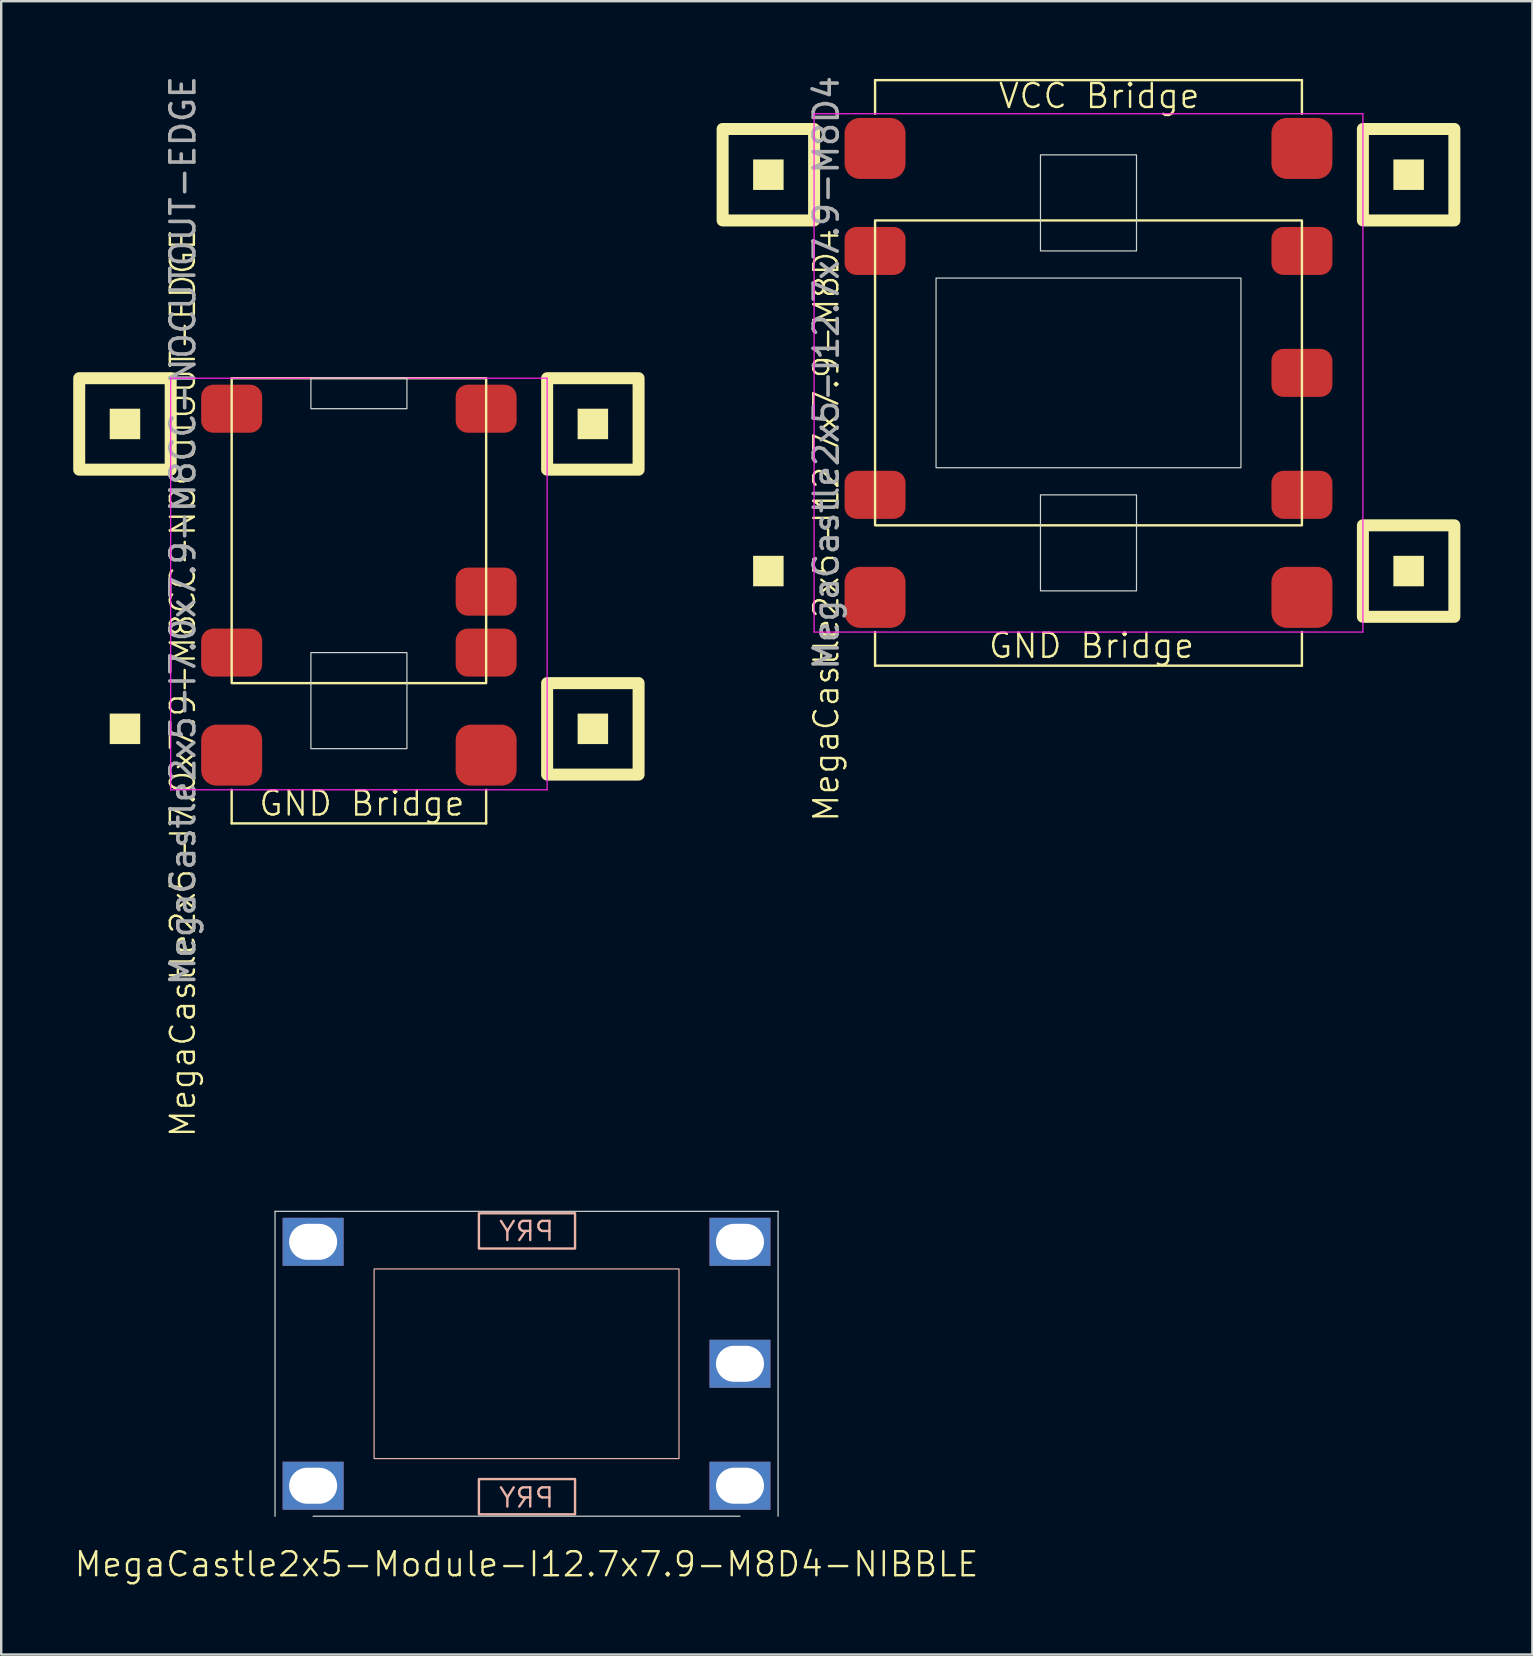
<source format=kicad_pcb>
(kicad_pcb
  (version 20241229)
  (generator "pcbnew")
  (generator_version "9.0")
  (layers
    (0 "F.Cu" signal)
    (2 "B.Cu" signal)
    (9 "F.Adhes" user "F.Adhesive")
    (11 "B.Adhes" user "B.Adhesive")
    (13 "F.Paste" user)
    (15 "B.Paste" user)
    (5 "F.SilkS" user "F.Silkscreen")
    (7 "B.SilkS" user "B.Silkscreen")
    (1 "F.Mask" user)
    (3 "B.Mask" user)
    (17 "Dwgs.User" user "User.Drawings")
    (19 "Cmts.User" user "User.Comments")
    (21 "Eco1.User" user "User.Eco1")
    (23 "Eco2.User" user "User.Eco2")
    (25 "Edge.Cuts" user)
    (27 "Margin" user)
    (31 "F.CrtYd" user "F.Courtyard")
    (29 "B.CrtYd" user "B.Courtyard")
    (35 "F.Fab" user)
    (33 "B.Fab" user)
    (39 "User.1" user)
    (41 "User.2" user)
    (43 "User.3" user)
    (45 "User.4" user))
  (footprint "MegaCastle2x5-Module-I12.7x7.9-M8D4-NIBBLE"
    (layer "F.Cu")
    (at 18.883 53.757)
    (property "Reference" "MegaCastle2x5-Module-I12.7x7.9-M8D4-NIBBLE" (at 0 8.35 0) (unlocked yes) (layer "F.SilkS") (effects (font (size 1 1) (thickness 0.1))))
    (attr smd)
    (fp_rect (start -6.35 3.95) (end 6.35 -3.95) (stroke (width 0.05) (type default)) (fill no) (layer "B.SilkS"))
    (fp_rect (start -1.984 -4.801) (end 2.02 -6.27) (stroke (width 0.1) (type default)) (fill no) (layer "B.SilkS"))
    (fp_rect (start -1.984 4.801) (end 2.02 6.27) (stroke (width 0.1) (type default)) (fill no) (layer "B.SilkS"))
    (fp_line (start -10.477 -6.35) (end -10.477 6.35) (stroke (width 0.05) (type default)) (layer "Edge.Cuts"))
    (fp_line (start -10.477 -6.35) (end 10.477 -6.35) (stroke (width 0.05) (type default)) (layer "Edge.Cuts"))
    (fp_line (start -8.89 6.35) (end 8.89 6.35) (stroke (width 0.05) (type default)) (layer "Edge.Cuts"))
    (fp_line (start 10.477 -6.35) (end 10.477 6.35) (stroke (width 0.05) (type default)) (layer "Edge.Cuts"))
    (fp_text user "PRY" (at 0 -5.05 0) (unlocked yes) (layer "B.SilkS") (effects (font (size 0.8 0.8) (thickness 0.1)) (justify bottom mirror)))
    (fp_text user "PRY" (at 0 6.05 0) (unlocked yes) (layer "B.SilkS") (effects (font (size 0.8 0.8) (thickness 0.1)) (justify bottom mirror)))
    (pad "1" thru_hole rect (at -8.89 -5.08) (size 2.54 2) (drill oval 2 1.5) (property pad_prop_castellated) (layers "*.Cu" "*.Mask"))
    (pad "5" thru_hole rect (at -8.89 5.08) (size 2.54 2) (drill oval 2 1.5) (property pad_prop_castellated) (layers "*.Cu" "*.Mask"))
    (pad "6" thru_hole rect (at 8.89 -5.08) (size 2.54 2) (drill oval 2 1.5) (property pad_prop_castellated) (layers "*.Cu" "*.Mask"))
    (pad "8" thru_hole rect (at 8.89 0) (size 2.54 2) (drill oval 2 1.5) (property pad_prop_castellated) (layers "*.Cu" "*.Mask"))
    (pad "10" thru_hole rect (at 8.89 5.08) (size 2.54 2) (drill oval 2 1.5) (property pad_prop_castellated) (layers "*.Cu" "*.Mask"))
    (zone (net_name "") (layer "B.Cu") (hatch edge 0.5) (connect_pads) (min_thickness 0.25) (filled_areas_thickness no) (keepout (tracks allowed) (vias allowed) (pads allowed) (copperpour allowed) (footprints not_allowed)) (placement (enabled no)) (fill) (polygon (pts (xy 9.993 60.107) (xy 9.993 47.407) (xy 12.533 47.407) (xy 12.533 60.107))))
    (zone (net_name "") (layer "B.Cu") (hatch edge 0.5) (connect_pads) (min_thickness 0.25) (filled_areas_thickness no) (keepout (tracks allowed) (vias allowed) (pads allowed) (copperpour allowed) (footprints not_allowed)) (placement (enabled no)) (fill) (polygon (pts (xy 12.533 47.407) (xy 12.533 49.807) (xy 25.233 49.807) (xy 25.233 47.407))))
    (zone (net_name "") (layer "B.Cu") (hatch edge 0.5) (connect_pads) (min_thickness 0.25) (filled_areas_thickness no) (keepout (tracks allowed) (vias allowed) (pads allowed) (copperpour allowed) (footprints not_allowed)) (placement (enabled no)) (fill) (polygon (pts (xy 12.533 60.107) (xy 12.533 57.707) (xy 25.233 57.707) (xy 25.233 60.107))))
    (zone (net_name "") (layer "B.Cu") (name "Upper Pry Zone") (hatch edge 0.5) (connect_pads) (min_thickness 0.25) (filled_areas_thickness no) (keepout (tracks not_allowed) (vias not_allowed) (pads not_allowed) (copperpour allowed) (footprints not_allowed)) (placement (enabled no)) (fill) (polygon (pts (xy 16.899 48.956) (xy 16.899 47.487) (xy 20.903 47.487) (xy 20.903 48.956))))
    (zone (net_name "") (layer "B.Cu") (name "Upper Pry Zone") (hatch edge 0.5) (connect_pads) (min_thickness 0.25) (filled_areas_thickness no) (keepout (tracks not_allowed) (vias not_allowed) (pads not_allowed) (copperpour allowed) (footprints not_allowed)) (placement (enabled no)) (fill) (polygon (pts (xy 16.899 58.559) (xy 16.899 60.027) (xy 20.903 60.027) (xy 20.903 58.559))))
    (zone (net_name "") (layer "B.Cu") (hatch edge 0.5) (connect_pads) (min_thickness 0.25) (filled_areas_thickness no) (keepout (tracks allowed) (vias allowed) (pads allowed) (copperpour allowed) (footprints not_allowed)) (placement (enabled no)) (fill) (polygon (pts (xy 27.773 60.107) (xy 27.773 47.407) (xy 25.233 47.407) (xy 25.233 60.107)))))
  (footprint "MegaCastle2x5-I12.7x7.9-M8D4"
    (layer "F.Cu")
    (at 42.29 12.482)
    (property "Reference" "MegaCastle2x5-I12.7x7.9-M8D4" (at -10.922 6.35 90) (unlocked yes) (layer "F.SilkS") (effects (font (size 1 1) (thickness 0.1))))
    (attr smd)
    (fp_line (start -8.89 -12.195) (end 8.89 -12.195) (stroke (width 0.1) (type default)) (layer "F.SilkS"))
    (fp_line (start -8.89 -10.795) (end -8.89 -12.195) (stroke (width 0.1) (type default)) (layer "F.SilkS"))
    (fp_line (start -8.89 10.795) (end -8.89 12.195) (stroke (width 0.1) (type default)) (layer "F.SilkS"))
    (fp_line (start -8.89 12.195) (end 8.89 12.195) (stroke (width 0.1) (type default)) (layer "F.SilkS"))
    (fp_line (start 8.89 -10.795) (end 8.89 -12.195) (stroke (width 0.1) (type default)) (layer "F.SilkS"))
    (fp_line (start 8.89 10.795) (end 8.89 12.195) (stroke (width 0.1) (type default)) (layer "F.SilkS"))
    (fp_rect (start -12.7 -7.62) (end -13.97 -8.89) (stroke (width 0) (type solid)) (fill yes) (layer "F.SilkS"))
    (fp_rect (start -12.7 8.89) (end -13.97 7.62) (stroke (width 0) (type solid)) (fill yes) (layer "F.SilkS"))
    (fp_rect (start -11.43 -6.35) (end -15.24 -10.16) (stroke (width 0.5) (type default)) (fill no) (layer "F.SilkS"))
    (fp_rect (start -8.89 -6.35) (end 8.89 6.35) (stroke (width 0.1) (type default)) (fill no) (layer "F.SilkS"))
    (fp_rect (start 13.97 -7.62) (end 12.7 -8.89) (stroke (width 0) (type solid)) (fill yes) (layer "F.SilkS"))
    (fp_rect (start 13.97 8.89) (end 12.7 7.62) (stroke (width 0) (type solid)) (fill yes) (layer "F.SilkS"))
    (fp_rect (start 15.24 -6.35) (end 11.43 -10.16) (stroke (width 0.5) (type default)) (fill no) (layer "F.SilkS"))
    (fp_rect (start 15.24 10.16) (end 11.43 6.35) (stroke (width 0.5) (type default)) (fill no) (layer "F.SilkS"))
    (fp_rect (start -6.35 -3.95) (end 6.35 3.95) (stroke (width 0.05) (type default)) (fill no) (layer "Edge.Cuts"))
    (fp_rect (start -2 -5.08) (end 2 -9.08) (stroke (width 0.05) (type default)) (fill no) (layer "Edge.Cuts"))
    (fp_rect (start -2 5.08) (end 2 9.08) (stroke (width 0.05) (type default)) (fill no) (layer "Edge.Cuts"))
    (fp_line (start -11.43 -10.795) (end -11.43 10.795) (stroke (width 0.05) (type default)) (layer "F.CrtYd"))
    (fp_line (start -11.43 10.795) (end 11.43 10.795) (stroke (width 0.05) (type default)) (layer "F.CrtYd"))
    (fp_line (start 11.43 -10.795) (end -11.43 -10.795) (stroke (width 0.05) (type default)) (layer "F.CrtYd"))
    (fp_line (start 11.43 -10.795) (end 11.43 10.795) (stroke (width 0.05) (type default)) (layer "F.CrtYd"))
    (fp_text user "VCC Bridge" (at -3.81 -10.95 0) (unlocked yes) (layer "F.SilkS") (effects (font (size 1 1) (thickness 0.1)) (justify left bottom)))
    (fp_text user "GND Bridge" (at -4.226 11.95 0) (unlocked yes) (layer "F.SilkS") (effects (font (size 1 1) (thickness 0.1)) (justify left bottom)))
    (fp_text user "${REFERENCE}" (at -10.922 0 90) (unlocked yes) (layer "F.Fab") (effects (font (size 1 1) (thickness 0.15))))
    (pad "1" smd roundrect (at -8.89 -5.08) (size 2.54 2) (layers "F.Cu" "F.Mask" "F.Paste") (roundrect_rratio 0.25))
    (pad "5" smd roundrect (at -8.89 5.08) (size 2.54 2) (layers "F.Cu" "F.Mask" "F.Paste") (roundrect_rratio 0.25))
    (pad "6" smd roundrect (at 8.89 -5.08) (size 2.54 2) (layers "F.Cu" "F.Mask" "F.Paste") (roundrect_rratio 0.25))
    (pad "8" smd roundrect (at 8.89 0) (size 2.54 2) (layers "F.Cu" "F.Mask" "F.Paste") (roundrect_rratio 0.25))
    (pad "10" smd roundrect (at 8.89 5.08) (size 2.54 2) (layers "F.Cu" "F.Mask" "F.Paste") (roundrect_rratio 0.25))
    (pad "A1" smd roundrect (at -8.89 -9.35) (size 2.54 2.54) (layers "F.Cu" "F.Mask" "F.Paste") (roundrect_rratio 0.25))
    (pad "A2" smd roundrect (at 8.89 -9.35) (size 2.54 2.54) (layers "F.Cu" "F.Mask" "F.Paste") (roundrect_rratio 0.25))
    (pad "B1" smd roundrect (at -8.89 9.35) (size 2.54 2.54) (layers "F.Cu" "F.Mask" "F.Paste") (roundrect_rratio 0.25))
    (pad "B2" smd roundrect (at 8.89 9.35) (size 2.54 2.54) (layers "F.Cu" "F.Mask" "F.Paste") (roundrect_rratio 0.25)))
  (footprint "MegaCastle2x5-I7.0x7.9-M8CC-NOCUTOUT-EDGE"
    (layer "F.Cu")
    (at 11.9 19.054)
    (property "Reference" "MegaCastle2x5-I7.0x7.9-M8CC-NOCUTOUT-EDGE" (at -7.332 6.35 90) (unlocked yes) (layer "F.SilkS") (effects (font (size 1 1) (thickness 0.1))))
    (attr smd)
    (fp_line (start -5.3 10.795) (end -5.3 12.195) (stroke (width 0.1) (type default)) (layer "F.SilkS"))
    (fp_line (start -5.3 12.195) (end 5.3 12.195) (stroke (width 0.1) (type default)) (layer "F.SilkS"))
    (fp_line (start 5.3 10.795) (end 5.3 12.195) (stroke (width 0.1) (type default)) (layer "F.SilkS"))
    (fp_rect (start -9.11 -3.81) (end -10.38 -5.08) (stroke (width 0) (type solid)) (fill yes) (layer "F.SilkS"))
    (fp_rect (start -9.11 8.89) (end -10.38 7.62) (stroke (width 0) (type solid)) (fill yes) (layer "F.SilkS"))
    (fp_rect (start -7.84 -2.54) (end -11.65 -6.35) (stroke (width 0.5) (type default)) (fill no) (layer "F.SilkS"))
    (fp_rect (start -5.3 -6.35) (end 5.3 6.35) (stroke (width 0.1) (type default)) (fill no) (layer "F.SilkS"))
    (fp_rect (start 10.38 -3.81) (end 9.11 -5.08) (stroke (width 0) (type solid)) (fill yes) (layer "F.SilkS"))
    (fp_rect (start 10.38 8.89) (end 9.11 7.62) (stroke (width 0) (type solid)) (fill yes) (layer "F.SilkS"))
    (fp_rect (start 11.65 -2.54) (end 7.84 -6.35) (stroke (width 0.5) (type default)) (fill no) (layer "F.SilkS"))
    (fp_rect (start 11.65 10.16) (end 7.84 6.35) (stroke (width 0.5) (type default)) (fill no) (layer "F.SilkS"))
    (fp_rect (start -2 -5.08) (end 2 -6.35) (stroke (width 0.05) (type default)) (fill no) (layer "Edge.Cuts"))
    (fp_rect (start -2 5.08) (end 2 9.08) (stroke (width 0.05) (type default)) (fill no) (layer "Edge.Cuts"))
    (fp_line (start -7.84 -6.35) (end -7.84 10.795) (stroke (width 0.05) (type default)) (layer "F.CrtYd"))
    (fp_line (start -7.84 10.795) (end 7.84 10.795) (stroke (width 0.05) (type default)) (layer "F.CrtYd"))
    (fp_line (start 7.84 -6.35) (end -7.84 -6.35) (stroke (width 0.05) (type default)) (layer "F.CrtYd"))
    (fp_line (start 7.84 -6.35) (end 7.84 10.795) (stroke (width 0.05) (type default)) (layer "F.CrtYd"))
    (fp_text user "GND Bridge" (at -4.226 11.95 0) (unlocked yes) (layer "F.SilkS") (effects (font (size 1 1) (thickness 0.1)) (justify left bottom)))
    (fp_text user "${REFERENCE}" (at -7.332 0 90) (unlocked yes) (layer "F.Fab") (effects (font (size 1 1) (thickness 0.15))))
    (pad "1" smd roundrect (at -5.3 -5.08) (size 2.54 2) (layers "F.Cu" "F.Mask" "F.Paste") (roundrect_rratio 0.25))
    (pad "5" smd roundrect (at -5.3 5.08) (size 2.54 2) (layers "F.Cu" "F.Mask" "F.Paste") (roundrect_rratio 0.25))
    (pad "6" smd roundrect (at 5.3 -5.08) (size 2.54 2) (layers "F.Cu" "F.Mask" "F.Paste") (roundrect_rratio 0.25))
    (pad "9" smd roundrect (at 5.3 2.54) (size 2.54 2) (layers "F.Cu" "F.Mask" "F.Paste") (roundrect_rratio 0.25))
    (pad "10" smd roundrect (at 5.3 5.08) (size 2.54 2) (layers "F.Cu" "F.Mask" "F.Paste") (roundrect_rratio 0.25))
    (pad "B1" smd roundrect (at -5.3 9.35) (size 2.54 2.54) (layers "F.Cu" "F.Mask" "F.Paste") (roundrect_rratio 0.25))
    (pad "B2" smd roundrect (at 5.3 9.35) (size 2.54 2.54) (layers "F.Cu" "F.Mask" "F.Paste") (roundrect_rratio 0.25)))
  (gr_rect
    (start -3 -3)
    (end 60.78 65.868)
    (stroke (width 0.1) (type default))
    (fill no)
    (layer "Edge.Cuts")))
</source>
